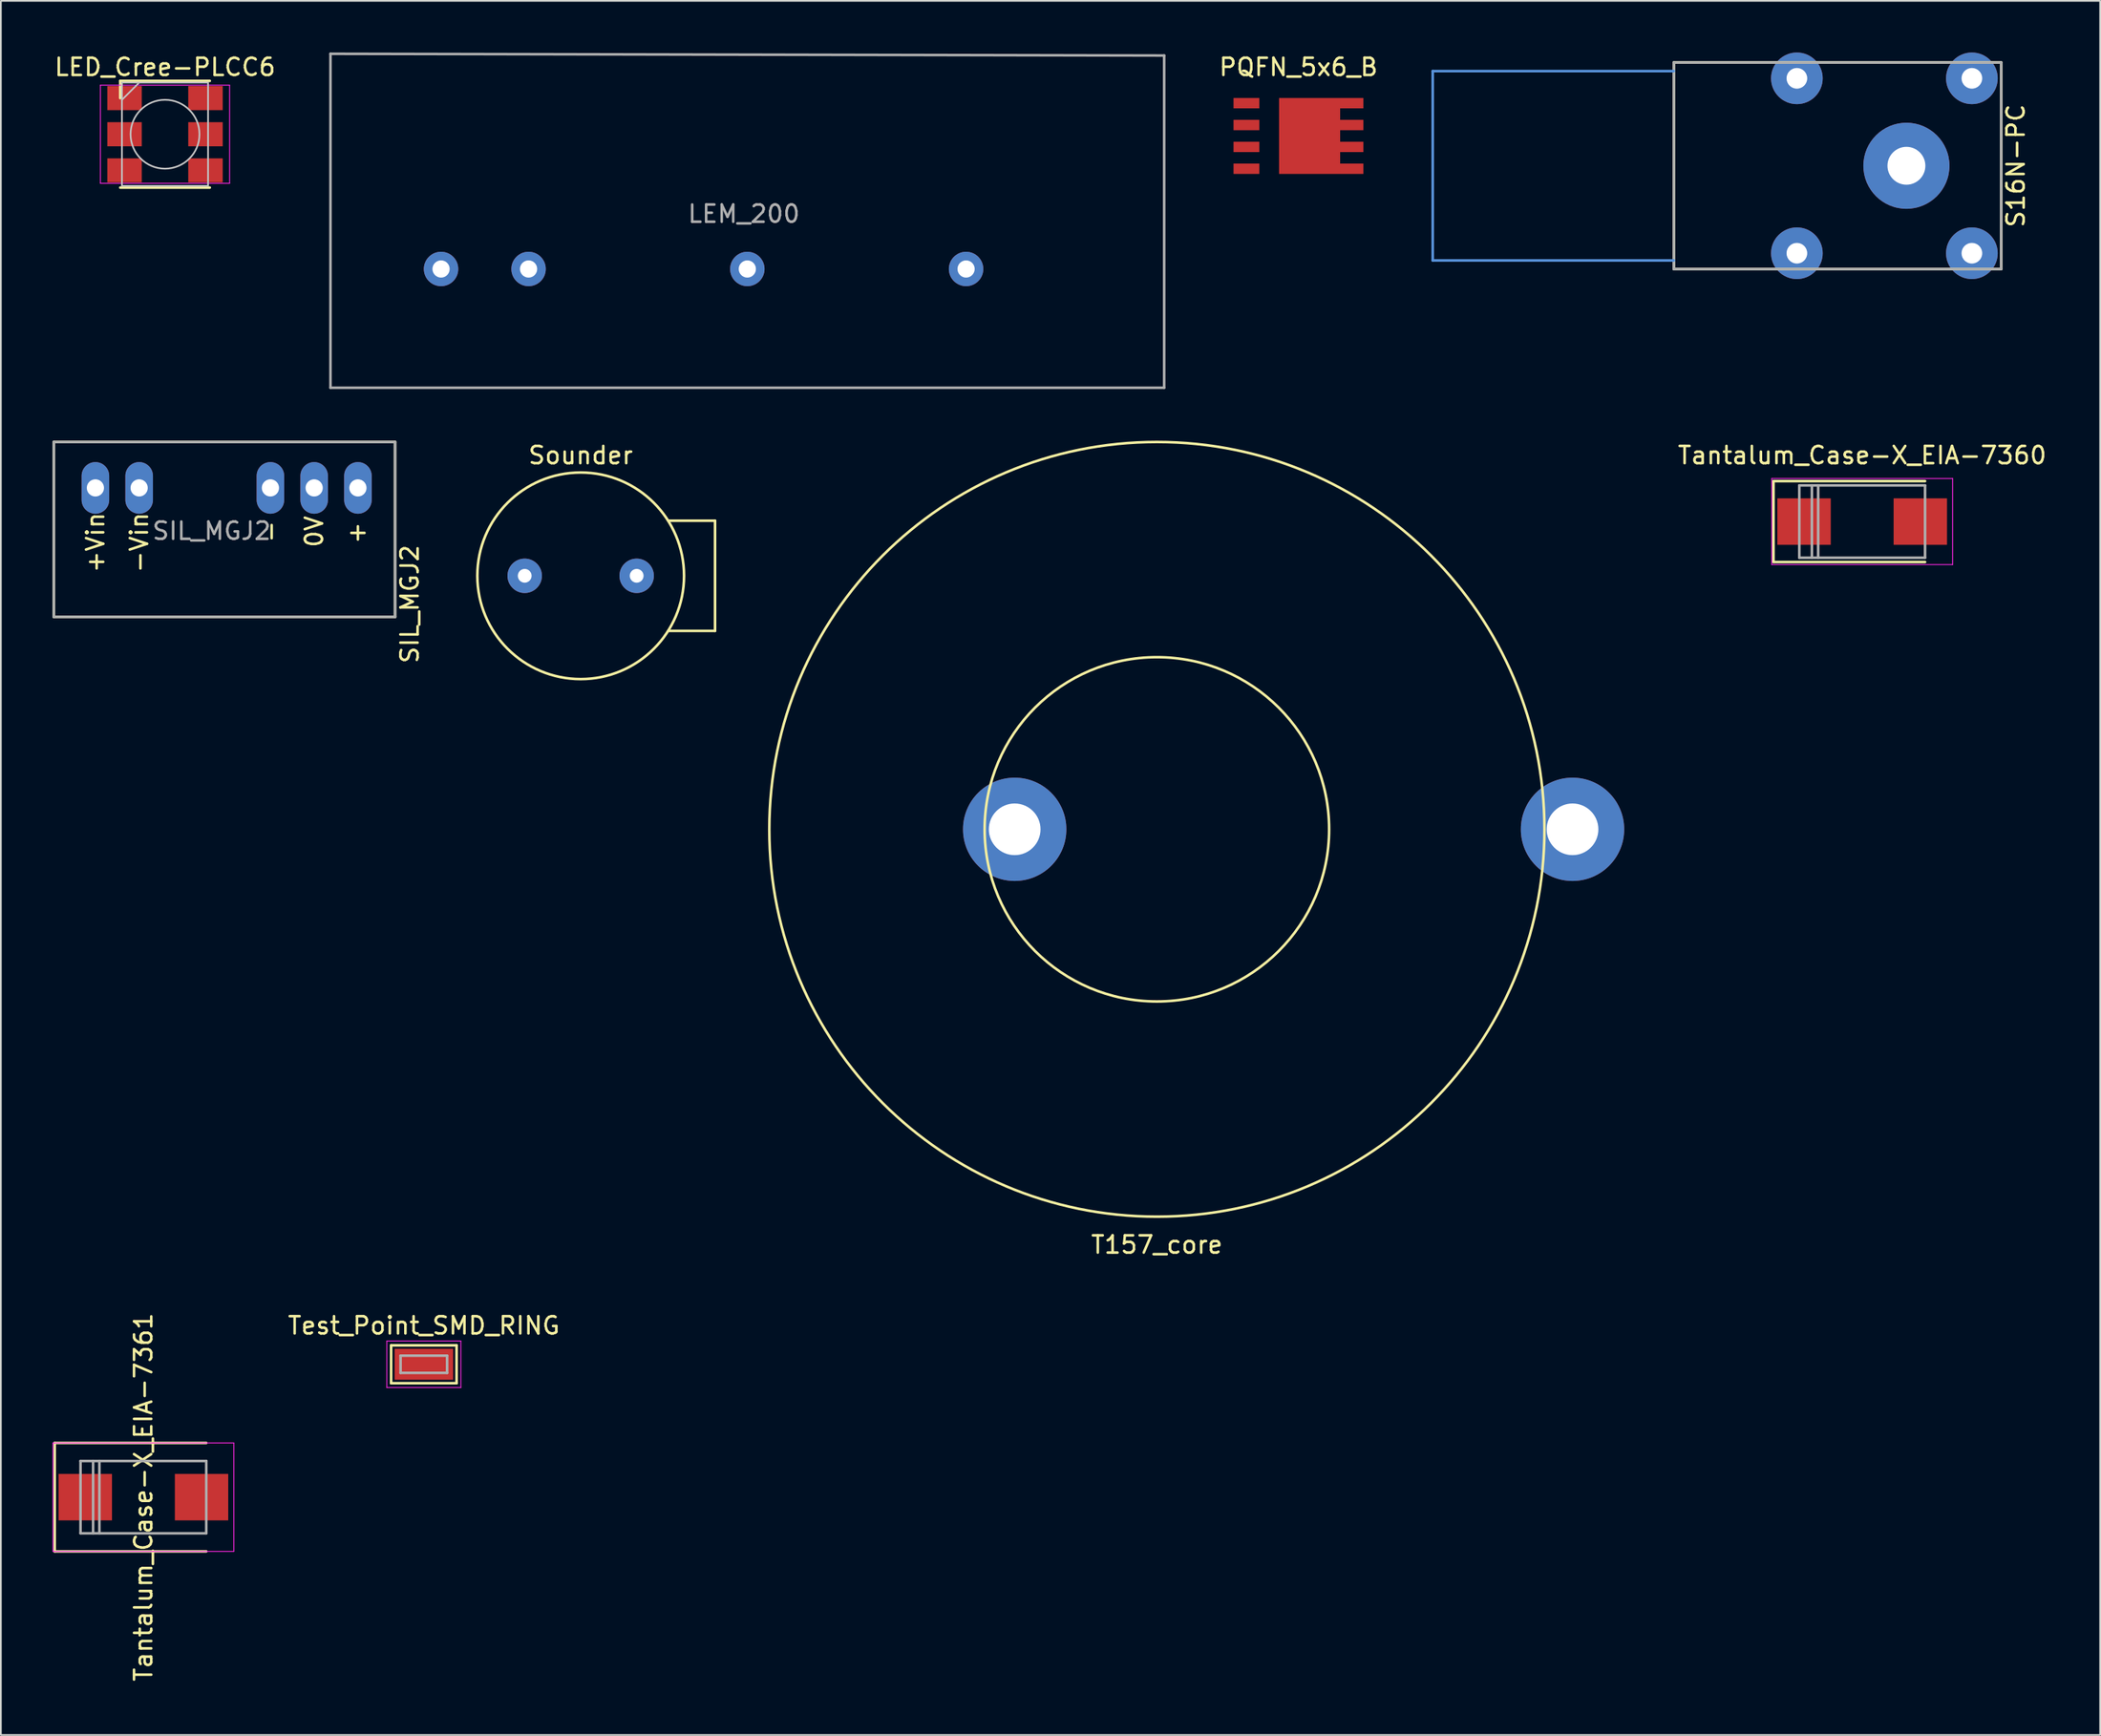
<source format=kicad_pcb>
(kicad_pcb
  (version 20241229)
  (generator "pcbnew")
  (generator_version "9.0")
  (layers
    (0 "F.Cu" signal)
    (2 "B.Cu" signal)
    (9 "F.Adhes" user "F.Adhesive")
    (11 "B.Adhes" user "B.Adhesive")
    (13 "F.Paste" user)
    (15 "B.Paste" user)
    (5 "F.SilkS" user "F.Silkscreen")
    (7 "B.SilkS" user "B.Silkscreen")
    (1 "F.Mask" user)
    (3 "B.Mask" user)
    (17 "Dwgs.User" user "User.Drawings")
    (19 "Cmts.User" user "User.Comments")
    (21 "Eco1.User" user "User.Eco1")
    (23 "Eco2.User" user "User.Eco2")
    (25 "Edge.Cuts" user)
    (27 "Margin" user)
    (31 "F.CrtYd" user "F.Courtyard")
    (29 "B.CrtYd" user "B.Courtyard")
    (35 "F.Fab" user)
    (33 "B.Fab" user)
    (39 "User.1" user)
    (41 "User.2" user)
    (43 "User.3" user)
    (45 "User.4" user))
  (footprint "S16N-PC"
    (layer "F.Cu")
    (at 107.625 6.58)
    (property "Reference" "S16N-PC" (at 6.35 0 90) (layer "F.SilkS") (effects (font (size 1 1) (thickness 0.15))))
    (attr through_hole)
    (fp_line (start -13.5 -6) (end 5.5 -6) (stroke (width 0.15) (type solid)) (layer "F.SilkS"))
    (fp_line (start -13.5 6) (end -13.5 -6) (stroke (width 0.15) (type solid)) (layer "F.SilkS"))
    (fp_line (start 5.5 -6) (end 5.5 6) (stroke (width 0.15) (type solid)) (layer "F.SilkS"))
    (fp_line (start 5.5 6) (end -13.5 6) (stroke (width 0.15) (type solid)) (layer "F.SilkS"))
    (fp_line (start -27.5 -5.5) (end -13.5 -5.5) (stroke (width 0.15) (type solid)) (layer "Cmts.User"))
    (fp_line (start -27.5 5.5) (end -27.5 -5.5) (stroke (width 0.15) (type solid)) (layer "Cmts.User"))
    (fp_line (start -13.5 5.5) (end -27.5 5.5) (stroke (width 0.15) (type solid)) (layer "Cmts.User"))
    (fp_line (start -13.5 -6) (end 5.5 -6) (stroke (width 0.15) (type solid)) (layer "F.Fab"))
    (fp_line (start -13.5 6) (end -13.5 -6) (stroke (width 0.15) (type solid)) (layer "F.Fab"))
    (fp_line (start 5.5 -6) (end 5.5 6) (stroke (width 0.15) (type solid)) (layer "F.Fab"))
    (fp_line (start 5.5 6) (end -13.5 6) (stroke (width 0.15) (type solid)) (layer "F.Fab"))
    (pad "" thru_hole circle (at -6.36 -5.08) (size 3 3) (drill 1.2) (layers "*.Cu" "*.Mask"))
    (pad "" thru_hole circle (at -6.36 5.08) (size 3 3) (drill 1.2) (layers "*.Cu" "*.Mask"))
    (pad "" thru_hole circle (at 3.8 -5.08) (size 3 3) (drill 1.2) (layers "*.Cu" "*.Mask"))
    (pad "" thru_hole circle (at 3.8 5.08) (size 3 3) (drill 1.2) (layers "*.Cu" "*.Mask"))
    (pad "1" thru_hole circle (at 0 0) (size 5 5) (drill 2.2) (layers "*.Cu" "*.Mask")))
  (footprint "Sounder"
    (layer "F.Cu")
    (at 30.661 30.398)
    (property "Reference" "Sounder" (at 0 -7 0) (layer "F.SilkS") (effects (font (size 1 1) (thickness 0.15))))
    (attr through_hole)
    (fp_line (start 7.8 -3.2) (end 5.1 -3.2) (stroke (width 0.15) (type solid)) (layer "F.SilkS"))
    (fp_line (start 7.8 3.2) (end 5.1 3.2) (stroke (width 0.15) (type solid)) (layer "F.SilkS"))
    (fp_line (start 7.8 3.2) (end 7.8 -3.2) (stroke (width 0.15) (type solid)) (layer "F.SilkS"))
    (fp_circle (center 0 0) (end 0 -6) (stroke (width 0.15) (type solid)) (fill no) (layer "F.SilkS"))
    (pad "1" thru_hole circle (at 3.25 0) (size 2 2) (drill 0.8) (layers "*.Cu" "*.Mask"))
    (pad "2" thru_hole circle (at -3.25 0) (size 2 2) (drill 0.8) (layers "*.Cu" "*.Mask")))
  (footprint "PQFN_5x6_B"
    (layer "F.Cu")
    (at 72.33 4.848)
    (property "Reference" "PQFN_5x6_B" (at 0 -4 0) (layer "F.SilkS") (effects (font (size 1 1) (thickness 0.15))))
    (attr through_hole)
    (pad "1" smd rect (at -3.02 -1.905) (size 1.5 0.6) (layers "F.Cu" "F.Mask" "F.Paste"))
    (pad "2" smd rect (at -3.02 -0.635) (size 1.5 0.6) (layers "F.Cu" "F.Mask" "F.Paste"))
    (pad "3" smd rect (at -3.02 0.635) (size 1.5 0.6) (layers "F.Cu" "F.Mask" "F.Paste"))
    (pad "4" smd rect (at -3.02 1.905) (size 1.5 0.6) (layers "F.Cu" "F.Mask" "F.Paste"))
    (pad "5" smd rect (at 3.095 1.905) (size 1.35 0.6) (layers "F.Cu" "F.Mask" "F.Paste"))
    (pad "6" smd rect (at 3.095 0.635) (size 1.35 0.6) (layers "F.Cu" "F.Mask" "F.Paste"))
    (pad "7" smd rect (at 3.095 -0.635) (size 1.35 0.6) (layers "F.Cu" "F.Mask" "F.Paste"))
    (pad "8" smd rect (at 0.647 0) (size 3.545 4.41) (layers "F.Cu" "F.Mask" "F.Paste"))
    (pad "8" smd rect (at 3.095 -1.905) (size 1.35 0.6) (layers "F.Cu" "F.Mask" "F.Paste")))
  (footprint "SIL_MGJ2"
    (layer "F.Cu")
    (at 2.488 25.292)
    (property "Reference" "SIL_MGJ2" (at 18.25 6.75 270) (layer "F.SilkS") (effects (font (size 1 1) (thickness 0.15))))
    (attr through_hole)
    (fp_line (start -2.413 7.493) (end -2.413 -2.667) (stroke (width 0.15) (type solid)) (layer "F.SilkS"))
    (fp_line (start 17.399 -2.667) (end -2.413 -2.667) (stroke (width 0.15) (type solid)) (layer "F.SilkS"))
    (fp_line (start 17.399 7.493) (end -2.413 7.493) (stroke (width 0.15) (type solid)) (layer "F.SilkS"))
    (fp_line (start 17.399 7.493) (end 17.399 -2.667) (stroke (width 0.15) (type solid)) (layer "F.SilkS"))
    (fp_line (start -2.413 -2.667) (end -2.413 7.493) (stroke (width 0.15) (type solid)) (layer "F.Fab"))
    (fp_line (start -2.413 7.493) (end 17.399 7.493) (stroke (width 0.15) (type solid)) (layer "F.Fab"))
    (fp_line (start 17.399 -2.667) (end -2.413 -2.667) (stroke (width 0.15) (type solid)) (layer "F.Fab"))
    (fp_line (start 17.399 7.493) (end 17.399 -2.667) (stroke (width 0.15) (type solid)) (layer "F.Fab"))
    (fp_text user "+Vin" (at 0 3.175 90) (layer "F.SilkS") (effects (font (size 1 1) (thickness 0.15))))
    (fp_text user "0V" (at 12.7 2.54 90) (layer "F.SilkS") (effects (font (size 1 1) (thickness 0.15))))
    (fp_text user "-Vin" (at 2.54 3.175 90) (layer "F.SilkS") (effects (font (size 1 1) (thickness 0.15))))
    (fp_text user "-" (at 10.16 2.54 90) (layer "F.SilkS") (effects (font (size 1 1) (thickness 0.15))))
    (fp_text user "+" (at 15.24 2.54 0) (layer "F.SilkS") (effects (font (size 1 1) (thickness 0.15))))
    (fp_text user "${REFERENCE}" (at 6.75 2.5 180) (layer "F.Fab") (effects (font (size 1 1) (thickness 0.15))))
    (pad "1" thru_hole oval (at 0 0) (size 1.6 3) (drill 1) (layers "*.Cu" "*.Mask"))
    (pad "2" thru_hole oval (at 2.54 0) (size 1.6 3) (drill 1) (layers "*.Cu" "*.Mask"))
    (pad "5" thru_hole oval (at 10.16 0) (size 1.6 3) (drill 1) (layers "*.Cu" "*.Mask"))
    (pad "6" thru_hole oval (at 12.7 0) (size 1.6 3) (drill 1) (layers "*.Cu" "*.Mask"))
    (pad "7" thru_hole oval (at 15.24 0) (size 1.6 3) (drill 1) (layers "*.Cu" "*.Mask")))
  (footprint "Test_Point_SMD_RING"
    (layer "F.Cu")
    (at 21.556 76.201)
    (property "Reference" "Test_Point_SMD_RING" (at 0 -2.25 0) (layer "F.SilkS") (effects (font (size 1 1) (thickness 0.15))))
    (attr exclude_from_pos_files exclude_from_bom)
    (fp_line (start -1.9 -1.1) (end 1.9 -1.1) (stroke (width 0.15) (type solid)) (layer "F.SilkS"))
    (fp_line (start -1.9 1.1) (end -1.9 -1.1) (stroke (width 0.15) (type solid)) (layer "F.SilkS"))
    (fp_line (start 1.9 -1.1) (end 1.9 1.1) (stroke (width 0.15) (type solid)) (layer "F.SilkS"))
    (fp_line (start 1.9 1.1) (end -1.9 1.1) (stroke (width 0.15) (type solid)) (layer "F.SilkS"))
    (fp_line (start -2.15 -1.35) (end 2.15 -1.35) (stroke (width 0.05) (type solid)) (layer "F.CrtYd"))
    (fp_line (start -2.15 1.35) (end -2.15 -1.35) (stroke (width 0.05) (type solid)) (layer "F.CrtYd"))
    (fp_line (start 2.15 -1.35) (end 2.15 1.35) (stroke (width 0.05) (type solid)) (layer "F.CrtYd"))
    (fp_line (start 2.15 1.35) (end -2.15 1.35) (stroke (width 0.05) (type solid)) (layer "F.CrtYd"))
    (fp_line (start -1.35 0.5) (end -1.35 -0.5) (stroke (width 0.15) (type solid)) (layer "F.Fab"))
    (fp_line (start -1.35 0.5) (end 1.35 0.5) (stroke (width 0.15) (type solid)) (layer "F.Fab"))
    (fp_line (start 1.35 -0.5) (end -1.35 -0.5) (stroke (width 0.15) (type solid)) (layer "F.Fab"))
    (fp_line (start 1.35 -0.5) (end 1.35 0.5) (stroke (width 0.15) (type solid)) (layer "F.Fab"))
    (pad "1" smd rect (at 0 0) (size 3.4 1.8) (layers "F.Cu" "F.Mask" "F.Paste")))
  (footprint "LEM_200"
    (layer "F.Cu")
    (at 53.035 12.575)
    (property "Reference" "LEM_200" (at -12.9 -3.2 0) (layer "F.Fab") (effects (font (size 1 1) (thickness 0.15))))
    (attr through_hole)
    (fp_line (start -36.9 -12.5) (end -36.9 6.9) (stroke (width 0.15) (type solid)) (layer "F.Fab"))
    (fp_line (start -36.9 6.9) (end 11.5 6.9) (stroke (width 0.15) (type solid)) (layer "F.Fab"))
    (fp_line (start 11.5 -12.4) (end -36.9 -12.5) (stroke (width 0.15) (type solid)) (layer "F.Fab"))
    (fp_line (start 11.5 6.9) (end 11.5 -12.4) (stroke (width 0.15) (type solid)) (layer "F.Fab"))
    (pad "1" thru_hole circle (at -25.4 0) (size 2 2) (drill 1) (layers "*.Cu" "*.Mask"))
    (pad "2" thru_hole circle (at 0 0) (size 2 2) (drill 1) (layers "*.Cu" "*.Mask"))
    (pad "3" thru_hole circle (at -12.7 0) (size 2 2) (drill 1) (layers "*.Cu" "*.Mask"))
    (pad "4" thru_hole circle (at -30.48 0) (size 2 2) (drill 1) (layers "*.Cu" "*.Mask")))
  (footprint "Tantalum_Case-X_EIA-7360"
    (layer "F.Cu")
    (at 105.057 27.248)
    (property "Reference" "Tantalum_Case-X_EIA-7360" (at 0 -3.85 0) (layer "F.SilkS") (effects (font (size 1 1) (thickness 0.15))))
    (attr smd)
    (fp_line (start -5.15 -2.35) (end -5.15 2.35) (stroke (width 0.15) (type solid)) (layer "F.SilkS"))
    (fp_line (start -5.15 -2.35) (end 3.65 -2.35) (stroke (width 0.15) (type solid)) (layer "F.SilkS"))
    (fp_line (start -5.15 2.35) (end 3.65 2.35) (stroke (width 0.15) (type solid)) (layer "F.SilkS"))
    (fp_line (start -5.25 -2.5) (end -5.25 2.5) (stroke (width 0.05) (type solid)) (layer "F.CrtYd"))
    (fp_line (start -5.25 2.5) (end 5.25 2.5) (stroke (width 0.05) (type solid)) (layer "F.CrtYd"))
    (fp_line (start 5.25 -2.5) (end -5.25 -2.5) (stroke (width 0.05) (type solid)) (layer "F.CrtYd"))
    (fp_line (start 5.25 2.5) (end 5.25 -2.5) (stroke (width 0.05) (type solid)) (layer "F.CrtYd"))
    (fp_line (start -3.65 -2.1) (end -3.65 2.1) (stroke (width 0.15) (type solid)) (layer "F.Fab"))
    (fp_line (start -3.65 2.1) (end 3.65 2.1) (stroke (width 0.15) (type solid)) (layer "F.Fab"))
    (fp_line (start -2.92 -2.1) (end -2.92 2.1) (stroke (width 0.15) (type solid)) (layer "F.Fab"))
    (fp_line (start -2.555 -2.1) (end -2.555 2.1) (stroke (width 0.15) (type solid)) (layer "F.Fab"))
    (fp_line (start 3.65 -2.1) (end -3.65 -2.1) (stroke (width 0.15) (type solid)) (layer "F.Fab"))
    (fp_line (start 3.65 2.1) (end 3.65 -2.1) (stroke (width 0.15) (type solid)) (layer "F.Fab"))
    (pad "1" smd rect (at -3.375 0) (size 3.1 2.7) (layers "F.Cu" "F.Mask" "F.Paste"))
    (pad "2" smd rect (at 3.375 0) (size 3.1 2.7) (layers "F.Cu" "F.Mask" "F.Paste")))
  (footprint "LED_Cree-PLCC6"
    (layer "F.Cu")
    (at 6.53 4.748)
    (property "Reference" "LED_Cree-PLCC6" (at 0 -3.9 0) (layer "F.SilkS") (effects (font (size 1 1) (thickness 0.15))))
    (attr smd)
    (fp_line (start -2.6 -3.1) (end 2.6 -3.1) (stroke (width 0.15) (type solid)) (layer "F.SilkS"))
    (fp_line (start -2.6 -2.1) (end -2.6 -3.1) (stroke (width 0.15) (type solid)) (layer "F.SilkS"))
    (fp_line (start -2.6 3.1) (end 2.6 3.1) (stroke (width 0.15) (type solid)) (layer "F.SilkS"))
    (fp_line (start -2.5 -3) (end 2.5 -3) (stroke (width 0.1) (type solid)) (layer "Dwgs.User"))
    (fp_line (start -2.5 -2) (end -1.5 -3) (stroke (width 0.1) (type solid)) (layer "Dwgs.User"))
    (fp_line (start -2.5 3) (end -2.5 -3) (stroke (width 0.1) (type solid)) (layer "Dwgs.User"))
    (fp_line (start 2.5 -3) (end 2.5 3) (stroke (width 0.1) (type solid)) (layer "Dwgs.User"))
    (fp_line (start 2.5 3) (end -2.5 3) (stroke (width 0.1) (type solid)) (layer "Dwgs.User"))
    (fp_circle (center 0 0) (end 0 -2) (stroke (width 0.1) (type solid)) (fill no) (layer "Dwgs.User"))
    (fp_line (start -3.75 -2.85) (end -3.75 2.85) (stroke (width 0.05) (type solid)) (layer "F.CrtYd"))
    (fp_line (start -3.75 2.85) (end 3.75 2.85) (stroke (width 0.05) (type solid)) (layer "F.CrtYd"))
    (fp_line (start 3.75 -2.85) (end -3.75 -2.85) (stroke (width 0.05) (type solid)) (layer "F.CrtYd"))
    (fp_line (start 3.75 2.85) (end 3.75 -2.85) (stroke (width 0.05) (type solid)) (layer "F.CrtYd"))
    (pad "1" smd rect (at -2.35 -2.1) (size 2 1.4) (layers "F.Cu" "F.Mask" "F.Paste"))
    (pad "2" smd rect (at -2.35 0) (size 2 1.4) (layers "F.Cu" "F.Mask" "F.Paste"))
    (pad "3" smd rect (at -2.35 2.1) (size 2 1.4) (layers "F.Cu" "F.Mask" "F.Paste"))
    (pad "4" smd rect (at 2.35 2.1) (size 2 1.4) (layers "F.Cu" "F.Mask" "F.Paste"))
    (pad "5" smd rect (at 2.35 0) (size 2 1.4) (layers "F.Cu" "F.Mask" "F.Paste"))
    (pad "6" smd rect (at 2.35 -2.1) (size 2 1.4) (layers "F.Cu" "F.Mask" "F.Paste")))
  (footprint "Tantalum_Case-X_EIA-7361"
    (layer "F.Cu")
    (at 5.275 83.919)
    (property "Reference" "Tantalum_Case-X_EIA-7361" (at 0 0 90) (layer "F.SilkS") (effects (font (size 1 1) (thickness 0.15))))
    (attr smd)
    (fp_line (start -5.15 -3.15) (end -5.15 3.15) (stroke (width 0.15) (type solid)) (layer "F.SilkS"))
    (fp_line (start -5.15 -3.15) (end 3.65 -3.15) (stroke (width 0.15) (type solid)) (layer "F.SilkS"))
    (fp_line (start -5.15 3.15) (end 3.65 3.15) (stroke (width 0.15) (type solid)) (layer "F.SilkS"))
    (fp_line (start -5.25 -3.15) (end -5.25 3.15) (stroke (width 0.05) (type solid)) (layer "F.CrtYd"))
    (fp_line (start -5.25 3.15) (end 5.25 3.15) (stroke (width 0.05) (type solid)) (layer "F.CrtYd"))
    (fp_line (start 5.25 -3.15) (end -5.25 -3.15) (stroke (width 0.05) (type solid)) (layer "F.CrtYd"))
    (fp_line (start 5.25 3.15) (end 5.25 -3.15) (stroke (width 0.05) (type solid)) (layer "F.CrtYd"))
    (fp_line (start -3.65 -2.1) (end -3.65 2.1) (stroke (width 0.15) (type solid)) (layer "F.Fab"))
    (fp_line (start -3.65 2.1) (end 3.65 2.1) (stroke (width 0.15) (type solid)) (layer "F.Fab"))
    (fp_line (start -2.92 -2.1) (end -2.92 2.1) (stroke (width 0.15) (type solid)) (layer "F.Fab"))
    (fp_line (start -2.555 -2.1) (end -2.555 2.1) (stroke (width 0.15) (type solid)) (layer "F.Fab"))
    (fp_line (start 3.65 -2.1) (end -3.65 -2.1) (stroke (width 0.15) (type solid)) (layer "F.Fab"))
    (fp_line (start 3.65 2.1) (end 3.65 -2.1) (stroke (width 0.15) (type solid)) (layer "F.Fab"))
    (pad "1" smd rect (at -3.375 0) (size 3.1 2.7) (layers "F.Cu" "F.Mask" "F.Paste"))
    (pad "2" smd rect (at 3.375 0) (size 3.1 2.7) (layers "F.Cu" "F.Mask" "F.Paste")))
  (footprint "T157_core"
    (layer "F.Cu")
    (at 64.111 45.125)
    (property "Reference" "T157_core" (at 0 24.13 0) (layer "F.SilkS") (effects (font (size 1 1) (thickness 0.15))))
    (attr through_hole)
    (fp_circle (center 0 0) (end 0 22.5) (stroke (width 0.15) (type solid)) (fill no) (layer "F.SilkS"))
    (fp_circle (center 0 0) (end 10 0) (stroke (width 0.15) (type solid)) (fill no) (layer "F.SilkS"))
    (pad "1" thru_hole circle (at -8.255 0) (size 6 6) (drill 3) (layers "*.Cu" "*.Mask"))
    (pad "2" thru_hole circle (at 24.13 0) (size 6 6) (drill 3) (layers "*.Cu" "*.Mask")))
  (gr_rect
    (start -3 -3)
    (end 118.872 97.734)
    (stroke (width 0.1) (type default))
    (fill no)
    (layer "Edge.Cuts")))
</source>
